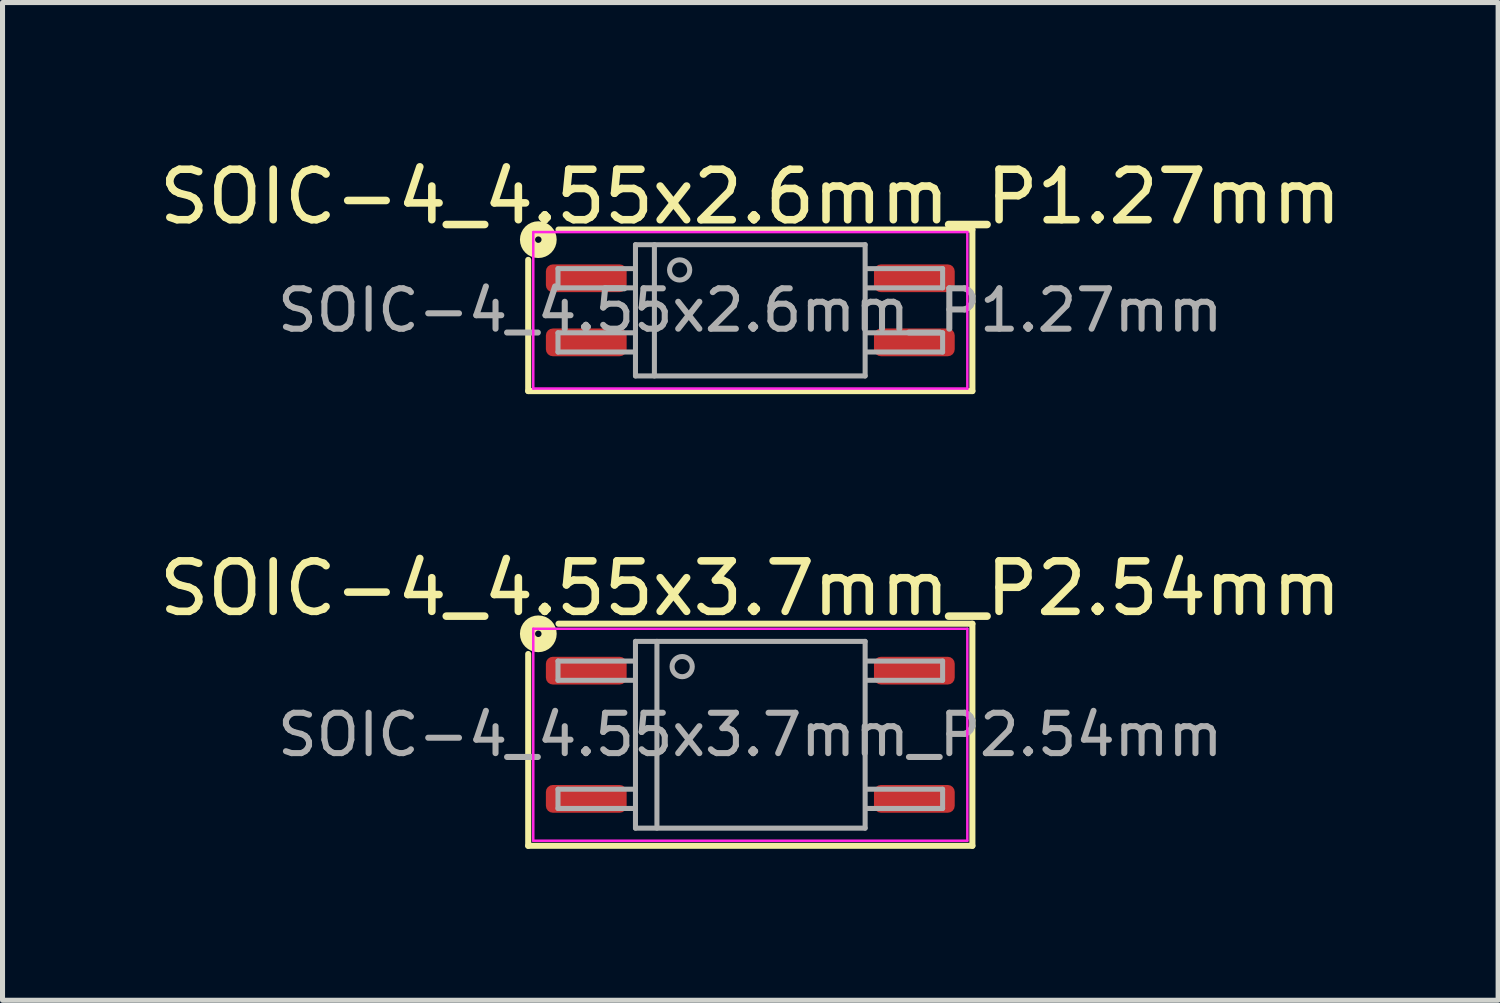
<source format=kicad_pcb>
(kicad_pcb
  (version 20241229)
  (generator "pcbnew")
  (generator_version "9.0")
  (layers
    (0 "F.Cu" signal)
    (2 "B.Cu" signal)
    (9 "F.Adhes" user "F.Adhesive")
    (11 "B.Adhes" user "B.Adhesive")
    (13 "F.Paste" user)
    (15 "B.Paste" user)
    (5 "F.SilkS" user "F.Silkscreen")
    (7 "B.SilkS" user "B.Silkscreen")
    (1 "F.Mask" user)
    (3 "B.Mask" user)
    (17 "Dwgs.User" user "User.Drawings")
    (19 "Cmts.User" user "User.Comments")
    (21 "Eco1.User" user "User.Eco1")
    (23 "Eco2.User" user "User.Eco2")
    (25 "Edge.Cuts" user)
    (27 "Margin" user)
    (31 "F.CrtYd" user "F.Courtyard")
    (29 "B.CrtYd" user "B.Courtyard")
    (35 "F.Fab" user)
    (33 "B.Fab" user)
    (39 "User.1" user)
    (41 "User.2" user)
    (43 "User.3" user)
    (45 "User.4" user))
  (footprint "SOIC-4_4.55x3.7mm_P2.54mm"
    (layer "F.Cu")
    (at 11.815 11.507)
    (property "Reference" "SOIC-4_4.55x3.7mm_P2.54mm" (at 0 -2.9 0) (layer "F.SilkS") (effects (font (size 1 1) (thickness 0.15))))
    (attr smd)
    (fp_line (start -4.4 -1.6) (end -4.4 2.2) (stroke (width 0.12) (type solid)) (layer "F.SilkS"))
    (fp_line (start -4.4 2.2) (end 4.4 2.2) (stroke (width 0.12) (type solid)) (layer "F.SilkS"))
    (fp_line (start 4.4 -2.2) (end -3.8 -2.2) (stroke (width 0.12) (type solid)) (layer "F.SilkS"))
    (fp_line (start 4.4 2.2) (end 4.4 -2.2) (stroke (width 0.12) (type solid)) (layer "F.SilkS"))
    (fp_circle (center -4.2 -2) (end -4.136 -2) (stroke (width 0.3) (type solid)) (fill no) (layer "F.SilkS"))
    (fp_line (start -4.3 -2.1) (end -4.3 2.1) (stroke (width 0.05) (type solid)) (layer "F.CrtYd"))
    (fp_line (start -4.3 2.1) (end 4.3 2.1) (stroke (width 0.05) (type solid)) (layer "F.CrtYd"))
    (fp_line (start 4.3 -2.1) (end -4.3 -2.1) (stroke (width 0.05) (type solid)) (layer "F.CrtYd"))
    (fp_line (start 4.3 2.1) (end 4.3 -2.1) (stroke (width 0.05) (type solid)) (layer "F.CrtYd"))
    (fp_line (start -3.81 -1.46) (end -3.81 -1.079) (stroke (width 0.1) (type solid)) (layer "F.Fab"))
    (fp_line (start -3.81 -1.46) (end -2.286 -1.46) (stroke (width 0.1) (type solid)) (layer "F.Fab"))
    (fp_line (start -3.81 -1.079) (end -2.286 -1.079) (stroke (width 0.1) (type solid)) (layer "F.Fab"))
    (fp_line (start -3.81 1.079) (end -3.81 1.46) (stroke (width 0.1) (type solid)) (layer "F.Fab"))
    (fp_line (start -3.81 1.079) (end -2.286 1.079) (stroke (width 0.1) (type solid)) (layer "F.Fab"))
    (fp_line (start -3.81 1.46) (end -2.286 1.46) (stroke (width 0.1) (type solid)) (layer "F.Fab"))
    (fp_line (start -2.275 -1.85) (end 2.275 -1.85) (stroke (width 0.1) (type solid)) (layer "F.Fab"))
    (fp_line (start -2.275 1.85) (end -2.275 -1.85) (stroke (width 0.1) (type solid)) (layer "F.Fab"))
    (fp_line (start -1.85 -1.85) (end -1.85 1.85) (stroke (width 0.1) (type solid)) (layer "F.Fab"))
    (fp_line (start 2.275 -1.85) (end 2.275 1.85) (stroke (width 0.1) (type solid)) (layer "F.Fab"))
    (fp_line (start 2.275 1.85) (end -2.275 1.85) (stroke (width 0.1) (type solid)) (layer "F.Fab"))
    (fp_line (start 3.81 -1.46) (end 2.286 -1.46) (stroke (width 0.1) (type solid)) (layer "F.Fab"))
    (fp_line (start 3.81 -1.079) (end 2.286 -1.079) (stroke (width 0.1) (type solid)) (layer "F.Fab"))
    (fp_line (start 3.81 -1.079) (end 3.81 -1.46) (stroke (width 0.1) (type solid)) (layer "F.Fab"))
    (fp_line (start 3.81 1.079) (end 2.286 1.079) (stroke (width 0.1) (type solid)) (layer "F.Fab"))
    (fp_line (start 3.81 1.46) (end 2.286 1.46) (stroke (width 0.1) (type solid)) (layer "F.Fab"))
    (fp_line (start 3.81 1.46) (end 3.81 1.079) (stroke (width 0.1) (type solid)) (layer "F.Fab"))
    (fp_circle (center -1.35 -1.35) (end -1.15 -1.35) (stroke (width 0.1) (type solid)) (fill no) (layer "F.Fab"))
    (fp_text user "${REFERENCE}" (at 0 0 0) (layer "F.Fab") (effects (font (size 0.8 0.8) (thickness 0.12))))
    (pad "1" smd roundrect (at -3.25 -1.27) (size 1.6 0.55) (layers "F.Cu" "F.Mask" "F.Paste") (roundrect_rratio 0.25))
    (pad "3" smd roundrect (at -3.25 1.27) (size 1.6 0.55) (layers "F.Cu" "F.Mask" "F.Paste") (roundrect_rratio 0.25))
    (pad "4" smd roundrect (at 3.25 1.27) (size 1.6 0.55) (layers "F.Cu" "F.Mask" "F.Paste") (roundrect_rratio 0.25))
    (pad "6" smd roundrect (at 3.25 -1.27) (size 1.6 0.55) (layers "F.Cu" "F.Mask" "F.Paste") (roundrect_rratio 0.25)))
  (footprint "SOIC-4_4.55x2.6mm_P1.27mm"
    (layer "F.Cu")
    (at 11.815 3.098)
    (property "Reference" "SOIC-4_4.55x2.6mm_P1.27mm" (at 0 -2.25 0) (layer "F.SilkS") (effects (font (size 1 1) (thickness 0.15))))
    (attr smd)
    (fp_line (start -4.4 -1) (end -4.4 1.6) (stroke (width 0.12) (type solid)) (layer "F.SilkS"))
    (fp_line (start -4.4 1.6) (end 4.4 1.6) (stroke (width 0.12) (type solid)) (layer "F.SilkS"))
    (fp_line (start 4.4 -1.6) (end -3.8 -1.6) (stroke (width 0.12) (type solid)) (layer "F.SilkS"))
    (fp_line (start 4.4 1.6) (end 4.4 -1.6) (stroke (width 0.12) (type solid)) (layer "F.SilkS"))
    (fp_circle (center -4.2 -1.4) (end -4.136 -1.4) (stroke (width 0.3) (type solid)) (fill no) (layer "F.SilkS"))
    (fp_line (start -4.3 -1.55) (end -4.3 1.55) (stroke (width 0.05) (type solid)) (layer "F.CrtYd"))
    (fp_line (start -4.3 1.55) (end 4.3 1.55) (stroke (width 0.05) (type solid)) (layer "F.CrtYd"))
    (fp_line (start 4.3 -1.55) (end -4.3 -1.55) (stroke (width 0.05) (type solid)) (layer "F.CrtYd"))
    (fp_line (start 4.3 1.55) (end 4.3 -1.55) (stroke (width 0.05) (type solid)) (layer "F.CrtYd"))
    (fp_line (start -3.81 -0.826) (end -3.81 -0.445) (stroke (width 0.1) (type solid)) (layer "F.Fab"))
    (fp_line (start -3.81 -0.826) (end -2.286 -0.826) (stroke (width 0.1) (type solid)) (layer "F.Fab"))
    (fp_line (start -3.81 -0.445) (end -2.286 -0.445) (stroke (width 0.1) (type solid)) (layer "F.Fab"))
    (fp_line (start -3.81 0.445) (end -3.81 0.826) (stroke (width 0.1) (type solid)) (layer "F.Fab"))
    (fp_line (start -3.81 0.445) (end -2.286 0.445) (stroke (width 0.1) (type solid)) (layer "F.Fab"))
    (fp_line (start -3.81 0.826) (end -2.286 0.826) (stroke (width 0.1) (type solid)) (layer "F.Fab"))
    (fp_line (start -2.275 -1.3) (end 2.275 -1.3) (stroke (width 0.1) (type solid)) (layer "F.Fab"))
    (fp_line (start -2.275 1.3) (end -2.275 -1.3) (stroke (width 0.1) (type solid)) (layer "F.Fab"))
    (fp_line (start -1.9 -1.3) (end -1.9 1.3) (stroke (width 0.1) (type solid)) (layer "F.Fab"))
    (fp_line (start 2.275 -1.3) (end 2.275 1.3) (stroke (width 0.1) (type solid)) (layer "F.Fab"))
    (fp_line (start 2.275 1.3) (end -2.275 1.3) (stroke (width 0.1) (type solid)) (layer "F.Fab"))
    (fp_line (start 3.81 -0.826) (end 2.286 -0.826) (stroke (width 0.1) (type solid)) (layer "F.Fab"))
    (fp_line (start 3.81 -0.445) (end 2.286 -0.445) (stroke (width 0.1) (type solid)) (layer "F.Fab"))
    (fp_line (start 3.81 -0.445) (end 3.81 -0.826) (stroke (width 0.1) (type solid)) (layer "F.Fab"))
    (fp_line (start 3.81 0.445) (end 2.286 0.445) (stroke (width 0.1) (type solid)) (layer "F.Fab"))
    (fp_line (start 3.81 0.826) (end 2.286 0.826) (stroke (width 0.1) (type solid)) (layer "F.Fab"))
    (fp_line (start 3.81 0.826) (end 3.81 0.445) (stroke (width 0.1) (type solid)) (layer "F.Fab"))
    (fp_circle (center -1.4 -0.8) (end -1.2 -0.8) (stroke (width 0.1) (type solid)) (fill no) (layer "F.Fab"))
    (fp_text user "${REFERENCE}" (at 0 0 0) (layer "F.Fab") (effects (font (size 0.8 0.8) (thickness 0.12))))
    (pad "1" smd roundrect (at -3.25 -0.635) (size 1.6 0.55) (layers "F.Cu" "F.Mask" "F.Paste") (roundrect_rratio 0.25))
    (pad "2" smd roundrect (at -3.25 0.635) (size 1.6 0.55) (layers "F.Cu" "F.Mask" "F.Paste") (roundrect_rratio 0.25))
    (pad "3" smd roundrect (at 3.25 0.635) (size 1.6 0.55) (layers "F.Cu" "F.Mask" "F.Paste") (roundrect_rratio 0.25))
    (pad "4" smd roundrect (at 3.25 -0.635) (size 1.6 0.55) (layers "F.Cu" "F.Mask" "F.Paste") (roundrect_rratio 0.25)))
  (gr_rect
    (start -3 -3)
    (end 26.631 16.767)
    (stroke (width 0.1) (type default))
    (fill no)
    (layer "Edge.Cuts")))
</source>
